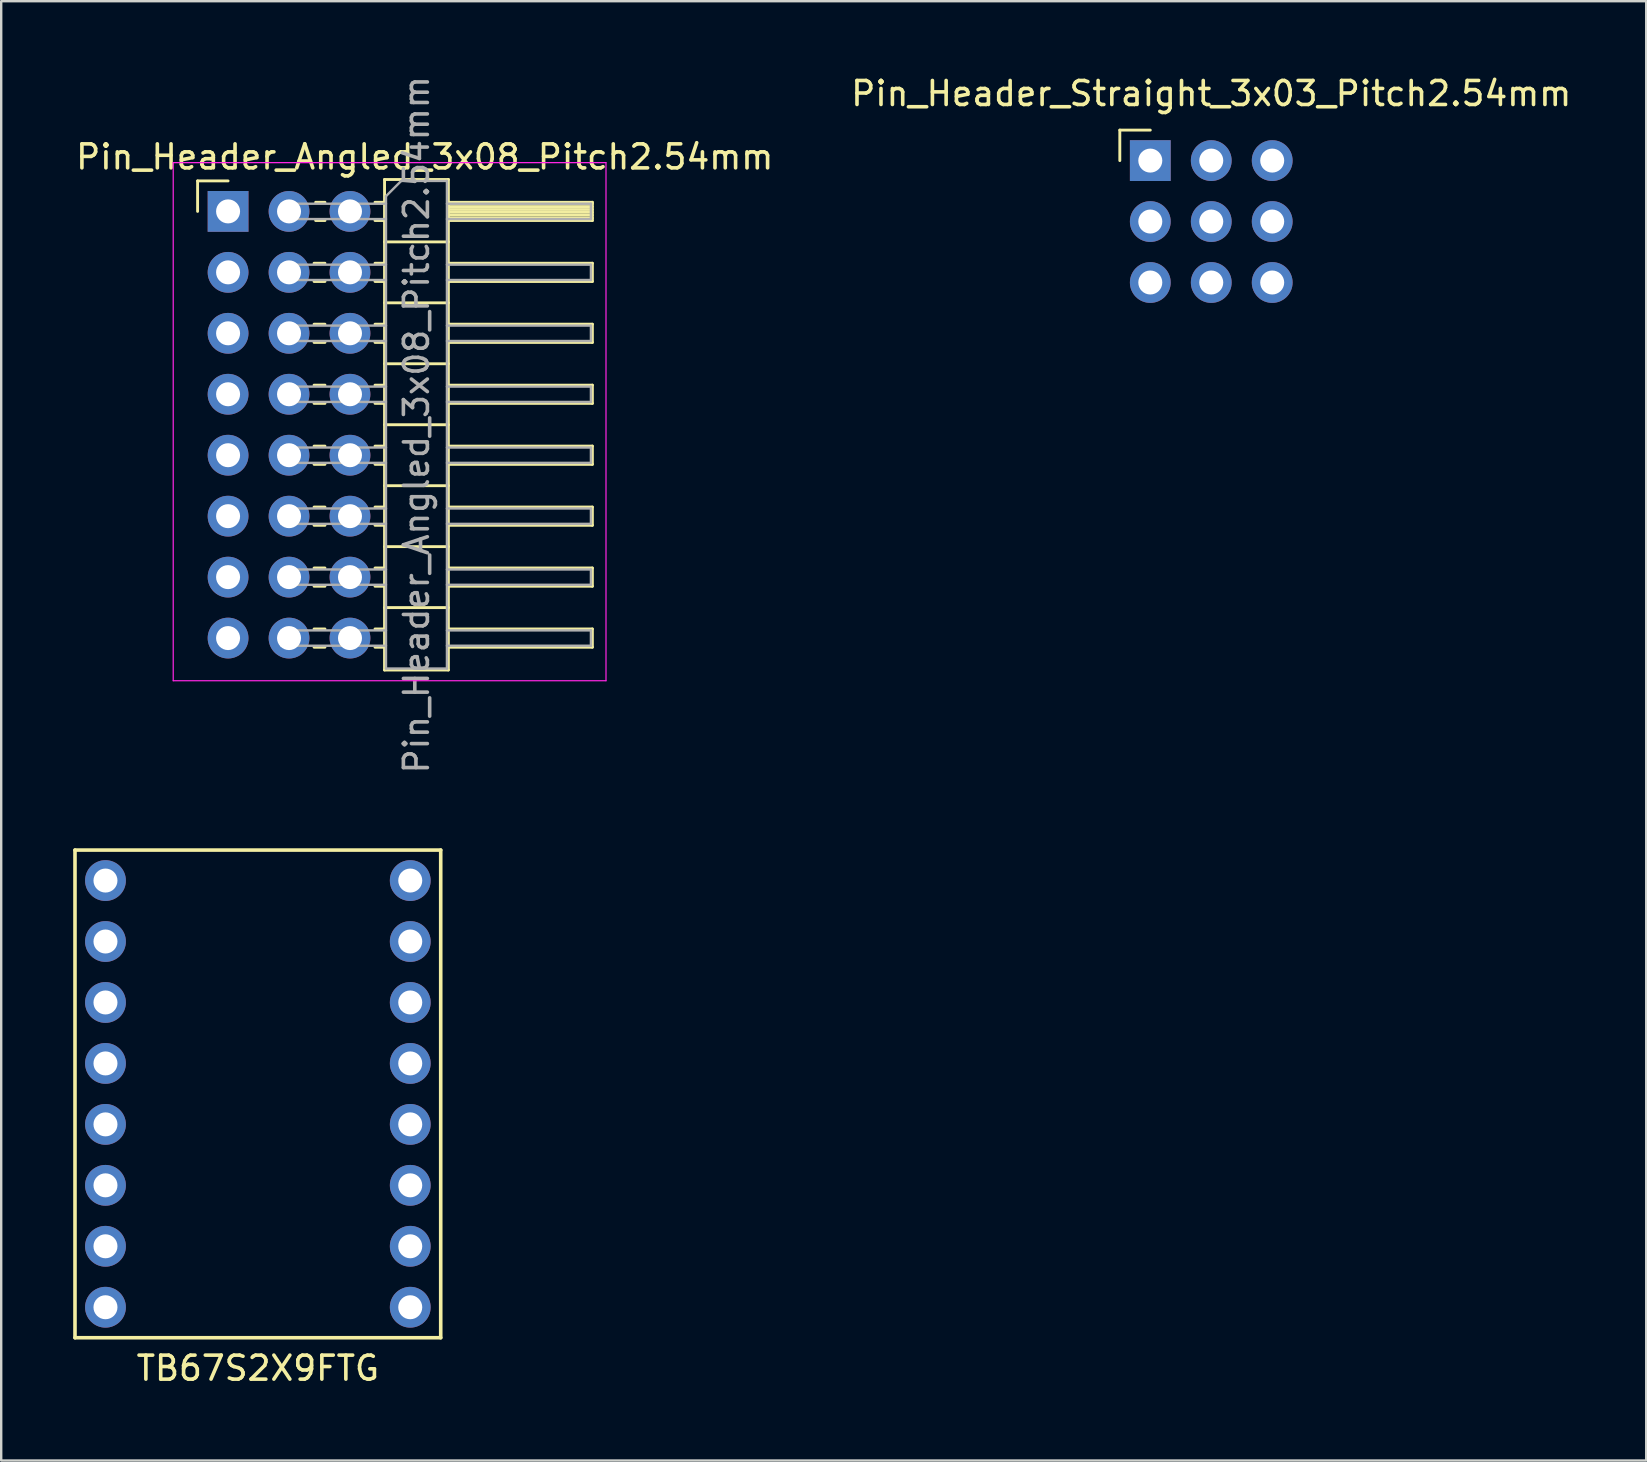
<source format=kicad_pcb>
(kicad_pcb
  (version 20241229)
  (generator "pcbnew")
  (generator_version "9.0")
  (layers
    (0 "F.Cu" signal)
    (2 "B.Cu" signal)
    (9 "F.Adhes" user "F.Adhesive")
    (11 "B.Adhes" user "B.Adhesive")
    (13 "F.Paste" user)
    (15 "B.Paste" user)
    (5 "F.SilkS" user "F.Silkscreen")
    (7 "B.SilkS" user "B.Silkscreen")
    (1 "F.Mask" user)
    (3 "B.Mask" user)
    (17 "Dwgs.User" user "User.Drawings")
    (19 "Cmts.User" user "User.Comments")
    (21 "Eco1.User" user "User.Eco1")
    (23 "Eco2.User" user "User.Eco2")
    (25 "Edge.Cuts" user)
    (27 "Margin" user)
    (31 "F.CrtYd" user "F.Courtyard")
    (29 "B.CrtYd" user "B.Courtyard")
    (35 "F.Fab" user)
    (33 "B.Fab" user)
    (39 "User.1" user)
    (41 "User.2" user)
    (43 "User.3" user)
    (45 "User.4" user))
  (footprint "Pin_Header_Angled_3x08_Pitch2.54mm"
    (layer "F.Cu")
    (at 8.994 5.759)
    (property "Reference" "Pin_Header_Angled_3x08_Pitch2.54mm" (at 5.655 -2.27 0) (layer "F.SilkS") (effects (font (size 1 1) (thickness 0.15))))
    (attr through_hole)
    (fp_line (start -3.81 -1.27) (end -2.54 -1.27) (stroke (width 0.12) (type solid)) (layer "F.SilkS"))
    (fp_line (start -3.81 0) (end -3.81 -1.27) (stroke (width 0.12) (type solid)) (layer "F.SilkS"))
    (fp_line (start 1.043 2.16) (end 1.497 2.16) (stroke (width 0.12) (type solid)) (layer "F.SilkS"))
    (fp_line (start 1.043 2.92) (end 1.497 2.92) (stroke (width 0.12) (type solid)) (layer "F.SilkS"))
    (fp_line (start 1.043 4.7) (end 1.497 4.7) (stroke (width 0.12) (type solid)) (layer "F.SilkS"))
    (fp_line (start 1.043 5.46) (end 1.497 5.46) (stroke (width 0.12) (type solid)) (layer "F.SilkS"))
    (fp_line (start 1.043 7.24) (end 1.497 7.24) (stroke (width 0.12) (type solid)) (layer "F.SilkS"))
    (fp_line (start 1.043 8) (end 1.497 8) (stroke (width 0.12) (type solid)) (layer "F.SilkS"))
    (fp_line (start 1.043 9.78) (end 1.497 9.78) (stroke (width 0.12) (type solid)) (layer "F.SilkS"))
    (fp_line (start 1.043 10.54) (end 1.497 10.54) (stroke (width 0.12) (type solid)) (layer "F.SilkS"))
    (fp_line (start 1.043 12.32) (end 1.497 12.32) (stroke (width 0.12) (type solid)) (layer "F.SilkS"))
    (fp_line (start 1.043 13.08) (end 1.497 13.08) (stroke (width 0.12) (type solid)) (layer "F.SilkS"))
    (fp_line (start 1.043 14.86) (end 1.497 14.86) (stroke (width 0.12) (type solid)) (layer "F.SilkS"))
    (fp_line (start 1.043 15.62) (end 1.497 15.62) (stroke (width 0.12) (type solid)) (layer "F.SilkS"))
    (fp_line (start 1.043 17.4) (end 1.497 17.4) (stroke (width 0.12) (type solid)) (layer "F.SilkS"))
    (fp_line (start 1.043 18.16) (end 1.497 18.16) (stroke (width 0.12) (type solid)) (layer "F.SilkS"))
    (fp_line (start 1.11 -0.38) (end 1.497 -0.38) (stroke (width 0.12) (type solid)) (layer "F.SilkS"))
    (fp_line (start 1.11 0.38) (end 1.497 0.38) (stroke (width 0.12) (type solid)) (layer "F.SilkS"))
    (fp_line (start 3.583 -0.38) (end 3.98 -0.38) (stroke (width 0.12) (type solid)) (layer "F.SilkS"))
    (fp_line (start 3.583 0.38) (end 3.98 0.38) (stroke (width 0.12) (type solid)) (layer "F.SilkS"))
    (fp_line (start 3.583 2.16) (end 3.98 2.16) (stroke (width 0.12) (type solid)) (layer "F.SilkS"))
    (fp_line (start 3.583 2.92) (end 3.98 2.92) (stroke (width 0.12) (type solid)) (layer "F.SilkS"))
    (fp_line (start 3.583 4.7) (end 3.98 4.7) (stroke (width 0.12) (type solid)) (layer "F.SilkS"))
    (fp_line (start 3.583 5.46) (end 3.98 5.46) (stroke (width 0.12) (type solid)) (layer "F.SilkS"))
    (fp_line (start 3.583 7.24) (end 3.98 7.24) (stroke (width 0.12) (type solid)) (layer "F.SilkS"))
    (fp_line (start 3.583 8) (end 3.98 8) (stroke (width 0.12) (type solid)) (layer "F.SilkS"))
    (fp_line (start 3.583 9.78) (end 3.98 9.78) (stroke (width 0.12) (type solid)) (layer "F.SilkS"))
    (fp_line (start 3.583 10.54) (end 3.98 10.54) (stroke (width 0.12) (type solid)) (layer "F.SilkS"))
    (fp_line (start 3.583 12.32) (end 3.98 12.32) (stroke (width 0.12) (type solid)) (layer "F.SilkS"))
    (fp_line (start 3.583 13.08) (end 3.98 13.08) (stroke (width 0.12) (type solid)) (layer "F.SilkS"))
    (fp_line (start 3.583 14.86) (end 3.98 14.86) (stroke (width 0.12) (type solid)) (layer "F.SilkS"))
    (fp_line (start 3.583 15.62) (end 3.98 15.62) (stroke (width 0.12) (type solid)) (layer "F.SilkS"))
    (fp_line (start 3.583 17.4) (end 3.98 17.4) (stroke (width 0.12) (type solid)) (layer "F.SilkS"))
    (fp_line (start 3.583 18.16) (end 3.98 18.16) (stroke (width 0.12) (type solid)) (layer "F.SilkS"))
    (fp_line (start 3.98 -1.33) (end 3.98 19.11) (stroke (width 0.12) (type solid)) (layer "F.SilkS"))
    (fp_line (start 3.98 1.27) (end 6.64 1.27) (stroke (width 0.12) (type solid)) (layer "F.SilkS"))
    (fp_line (start 3.98 3.81) (end 6.64 3.81) (stroke (width 0.12) (type solid)) (layer "F.SilkS"))
    (fp_line (start 3.98 6.35) (end 6.64 6.35) (stroke (width 0.12) (type solid)) (layer "F.SilkS"))
    (fp_line (start 3.98 8.89) (end 6.64 8.89) (stroke (width 0.12) (type solid)) (layer "F.SilkS"))
    (fp_line (start 3.98 11.43) (end 6.64 11.43) (stroke (width 0.12) (type solid)) (layer "F.SilkS"))
    (fp_line (start 3.98 13.97) (end 6.64 13.97) (stroke (width 0.12) (type solid)) (layer "F.SilkS"))
    (fp_line (start 3.98 16.51) (end 6.64 16.51) (stroke (width 0.12) (type solid)) (layer "F.SilkS"))
    (fp_line (start 3.98 19.11) (end 6.64 19.11) (stroke (width 0.12) (type solid)) (layer "F.SilkS"))
    (fp_line (start 6.64 -1.33) (end 3.98 -1.33) (stroke (width 0.12) (type solid)) (layer "F.SilkS"))
    (fp_line (start 6.64 -0.38) (end 12.64 -0.38) (stroke (width 0.12) (type solid)) (layer "F.SilkS"))
    (fp_line (start 6.64 -0.32) (end 12.64 -0.32) (stroke (width 0.12) (type solid)) (layer "F.SilkS"))
    (fp_line (start 6.64 -0.2) (end 12.64 -0.2) (stroke (width 0.12) (type solid)) (layer "F.SilkS"))
    (fp_line (start 6.64 -0.08) (end 12.64 -0.08) (stroke (width 0.12) (type solid)) (layer "F.SilkS"))
    (fp_line (start 6.64 0.04) (end 12.64 0.04) (stroke (width 0.12) (type solid)) (layer "F.SilkS"))
    (fp_line (start 6.64 0.16) (end 12.64 0.16) (stroke (width 0.12) (type solid)) (layer "F.SilkS"))
    (fp_line (start 6.64 0.28) (end 12.64 0.28) (stroke (width 0.12) (type solid)) (layer "F.SilkS"))
    (fp_line (start 6.64 2.16) (end 12.64 2.16) (stroke (width 0.12) (type solid)) (layer "F.SilkS"))
    (fp_line (start 6.64 4.7) (end 12.64 4.7) (stroke (width 0.12) (type solid)) (layer "F.SilkS"))
    (fp_line (start 6.64 7.24) (end 12.64 7.24) (stroke (width 0.12) (type solid)) (layer "F.SilkS"))
    (fp_line (start 6.64 9.78) (end 12.64 9.78) (stroke (width 0.12) (type solid)) (layer "F.SilkS"))
    (fp_line (start 6.64 12.32) (end 12.64 12.32) (stroke (width 0.12) (type solid)) (layer "F.SilkS"))
    (fp_line (start 6.64 14.86) (end 12.64 14.86) (stroke (width 0.12) (type solid)) (layer "F.SilkS"))
    (fp_line (start 6.64 17.4) (end 12.64 17.4) (stroke (width 0.12) (type solid)) (layer "F.SilkS"))
    (fp_line (start 6.64 19.11) (end 6.64 -1.33) (stroke (width 0.12) (type solid)) (layer "F.SilkS"))
    (fp_line (start 12.64 -0.38) (end 12.64 0.38) (stroke (width 0.12) (type solid)) (layer "F.SilkS"))
    (fp_line (start 12.64 0.38) (end 6.64 0.38) (stroke (width 0.12) (type solid)) (layer "F.SilkS"))
    (fp_line (start 12.64 2.16) (end 12.64 2.92) (stroke (width 0.12) (type solid)) (layer "F.SilkS"))
    (fp_line (start 12.64 2.92) (end 6.64 2.92) (stroke (width 0.12) (type solid)) (layer "F.SilkS"))
    (fp_line (start 12.64 4.7) (end 12.64 5.46) (stroke (width 0.12) (type solid)) (layer "F.SilkS"))
    (fp_line (start 12.64 5.46) (end 6.64 5.46) (stroke (width 0.12) (type solid)) (layer "F.SilkS"))
    (fp_line (start 12.64 7.24) (end 12.64 8) (stroke (width 0.12) (type solid)) (layer "F.SilkS"))
    (fp_line (start 12.64 8) (end 6.64 8) (stroke (width 0.12) (type solid)) (layer "F.SilkS"))
    (fp_line (start 12.64 9.78) (end 12.64 10.54) (stroke (width 0.12) (type solid)) (layer "F.SilkS"))
    (fp_line (start 12.64 10.54) (end 6.64 10.54) (stroke (width 0.12) (type solid)) (layer "F.SilkS"))
    (fp_line (start 12.64 12.32) (end 12.64 13.08) (stroke (width 0.12) (type solid)) (layer "F.SilkS"))
    (fp_line (start 12.64 13.08) (end 6.64 13.08) (stroke (width 0.12) (type solid)) (layer "F.SilkS"))
    (fp_line (start 12.64 14.86) (end 12.64 15.62) (stroke (width 0.12) (type solid)) (layer "F.SilkS"))
    (fp_line (start 12.64 15.62) (end 6.64 15.62) (stroke (width 0.12) (type solid)) (layer "F.SilkS"))
    (fp_line (start 12.64 17.4) (end 12.64 18.16) (stroke (width 0.12) (type solid)) (layer "F.SilkS"))
    (fp_line (start 12.64 18.16) (end 6.64 18.16) (stroke (width 0.12) (type solid)) (layer "F.SilkS"))
    (fp_line (start -4.826 -2.032) (end -4.826 19.558) (stroke (width 0.05) (type solid)) (layer "F.CrtYd"))
    (fp_line (start -4.826 19.558) (end 13.208 19.558) (stroke (width 0.05) (type solid)) (layer "F.CrtYd"))
    (fp_line (start 13.208 -2.032) (end -4.826 -2.032) (stroke (width 0.05) (type solid)) (layer "F.CrtYd"))
    (fp_line (start 13.208 19.558) (end 13.208 -2.032) (stroke (width 0.05) (type solid)) (layer "F.CrtYd"))
    (fp_line (start -0.32 -0.32) (end -0.32 0.32) (stroke (width 0.1) (type solid)) (layer "F.Fab"))
    (fp_line (start -0.32 -0.32) (end 4.04 -0.32) (stroke (width 0.1) (type solid)) (layer "F.Fab"))
    (fp_line (start -0.32 0.32) (end 4.04 0.32) (stroke (width 0.1) (type solid)) (layer "F.Fab"))
    (fp_line (start -0.32 2.22) (end -0.32 2.86) (stroke (width 0.1) (type solid)) (layer "F.Fab"))
    (fp_line (start -0.32 2.22) (end 4.04 2.22) (stroke (width 0.1) (type solid)) (layer "F.Fab"))
    (fp_line (start -0.32 2.86) (end 4.04 2.86) (stroke (width 0.1) (type solid)) (layer "F.Fab"))
    (fp_line (start -0.32 4.76) (end -0.32 5.4) (stroke (width 0.1) (type solid)) (layer "F.Fab"))
    (fp_line (start -0.32 4.76) (end 4.04 4.76) (stroke (width 0.1) (type solid)) (layer "F.Fab"))
    (fp_line (start -0.32 5.4) (end 4.04 5.4) (stroke (width 0.1) (type solid)) (layer "F.Fab"))
    (fp_line (start -0.32 7.3) (end -0.32 7.94) (stroke (width 0.1) (type solid)) (layer "F.Fab"))
    (fp_line (start -0.32 7.3) (end 4.04 7.3) (stroke (width 0.1) (type solid)) (layer "F.Fab"))
    (fp_line (start -0.32 7.94) (end 4.04 7.94) (stroke (width 0.1) (type solid)) (layer "F.Fab"))
    (fp_line (start -0.32 9.84) (end -0.32 10.48) (stroke (width 0.1) (type solid)) (layer "F.Fab"))
    (fp_line (start -0.32 9.84) (end 4.04 9.84) (stroke (width 0.1) (type solid)) (layer "F.Fab"))
    (fp_line (start -0.32 10.48) (end 4.04 10.48) (stroke (width 0.1) (type solid)) (layer "F.Fab"))
    (fp_line (start -0.32 12.38) (end -0.32 13.02) (stroke (width 0.1) (type solid)) (layer "F.Fab"))
    (fp_line (start -0.32 12.38) (end 4.04 12.38) (stroke (width 0.1) (type solid)) (layer "F.Fab"))
    (fp_line (start -0.32 13.02) (end 4.04 13.02) (stroke (width 0.1) (type solid)) (layer "F.Fab"))
    (fp_line (start -0.32 14.92) (end -0.32 15.56) (stroke (width 0.1) (type solid)) (layer "F.Fab"))
    (fp_line (start -0.32 14.92) (end 4.04 14.92) (stroke (width 0.1) (type solid)) (layer "F.Fab"))
    (fp_line (start -0.32 15.56) (end 4.04 15.56) (stroke (width 0.1) (type solid)) (layer "F.Fab"))
    (fp_line (start -0.32 17.46) (end -0.32 18.1) (stroke (width 0.1) (type solid)) (layer "F.Fab"))
    (fp_line (start -0.32 17.46) (end 4.04 17.46) (stroke (width 0.1) (type solid)) (layer "F.Fab"))
    (fp_line (start -0.32 18.1) (end 4.04 18.1) (stroke (width 0.1) (type solid)) (layer "F.Fab"))
    (fp_line (start 4.04 -0.635) (end 4.675 -1.27) (stroke (width 0.1) (type solid)) (layer "F.Fab"))
    (fp_line (start 4.04 19.05) (end 4.04 -0.635) (stroke (width 0.1) (type solid)) (layer "F.Fab"))
    (fp_line (start 4.675 -1.27) (end 6.58 -1.27) (stroke (width 0.1) (type solid)) (layer "F.Fab"))
    (fp_line (start 6.58 -1.27) (end 6.58 19.05) (stroke (width 0.1) (type solid)) (layer "F.Fab"))
    (fp_line (start 6.58 -0.32) (end 12.58 -0.32) (stroke (width 0.1) (type solid)) (layer "F.Fab"))
    (fp_line (start 6.58 0.32) (end 12.58 0.32) (stroke (width 0.1) (type solid)) (layer "F.Fab"))
    (fp_line (start 6.58 2.22) (end 12.58 2.22) (stroke (width 0.1) (type solid)) (layer "F.Fab"))
    (fp_line (start 6.58 2.86) (end 12.58 2.86) (stroke (width 0.1) (type solid)) (layer "F.Fab"))
    (fp_line (start 6.58 4.76) (end 12.58 4.76) (stroke (width 0.1) (type solid)) (layer "F.Fab"))
    (fp_line (start 6.58 5.4) (end 12.58 5.4) (stroke (width 0.1) (type solid)) (layer "F.Fab"))
    (fp_line (start 6.58 7.3) (end 12.58 7.3) (stroke (width 0.1) (type solid)) (layer "F.Fab"))
    (fp_line (start 6.58 7.94) (end 12.58 7.94) (stroke (width 0.1) (type solid)) (layer "F.Fab"))
    (fp_line (start 6.58 9.84) (end 12.58 9.84) (stroke (width 0.1) (type solid)) (layer "F.Fab"))
    (fp_line (start 6.58 10.48) (end 12.58 10.48) (stroke (width 0.1) (type solid)) (layer "F.Fab"))
    (fp_line (start 6.58 12.38) (end 12.58 12.38) (stroke (width 0.1) (type solid)) (layer "F.Fab"))
    (fp_line (start 6.58 13.02) (end 12.58 13.02) (stroke (width 0.1) (type solid)) (layer "F.Fab"))
    (fp_line (start 6.58 14.92) (end 12.58 14.92) (stroke (width 0.1) (type solid)) (layer "F.Fab"))
    (fp_line (start 6.58 15.56) (end 12.58 15.56) (stroke (width 0.1) (type solid)) (layer "F.Fab"))
    (fp_line (start 6.58 17.46) (end 12.58 17.46) (stroke (width 0.1) (type solid)) (layer "F.Fab"))
    (fp_line (start 6.58 18.1) (end 12.58 18.1) (stroke (width 0.1) (type solid)) (layer "F.Fab"))
    (fp_line (start 6.58 19.05) (end 4.04 19.05) (stroke (width 0.1) (type solid)) (layer "F.Fab"))
    (fp_line (start 12.58 -0.32) (end 12.58 0.32) (stroke (width 0.1) (type solid)) (layer "F.Fab"))
    (fp_line (start 12.58 2.22) (end 12.58 2.86) (stroke (width 0.1) (type solid)) (layer "F.Fab"))
    (fp_line (start 12.58 4.76) (end 12.58 5.4) (stroke (width 0.1) (type solid)) (layer "F.Fab"))
    (fp_line (start 12.58 7.3) (end 12.58 7.94) (stroke (width 0.1) (type solid)) (layer "F.Fab"))
    (fp_line (start 12.58 9.84) (end 12.58 10.48) (stroke (width 0.1) (type solid)) (layer "F.Fab"))
    (fp_line (start 12.58 12.38) (end 12.58 13.02) (stroke (width 0.1) (type solid)) (layer "F.Fab"))
    (fp_line (start 12.58 14.92) (end 12.58 15.56) (stroke (width 0.1) (type solid)) (layer "F.Fab"))
    (fp_line (start 12.58 17.46) (end 12.58 18.1) (stroke (width 0.1) (type solid)) (layer "F.Fab"))
    (fp_text user "${REFERENCE}" (at 5.31 8.89 90) (layer "F.Fab") (effects (font (size 1 1) (thickness 0.15))))
    (pad "1" thru_hole rect (at -2.54 0) (size 1.7 1.7) (drill 1) (layers "*.Cu" "*.Mask"))
    (pad "2" thru_hole oval (at -2.54 2.54) (size 1.7 1.7) (drill 1) (layers "*.Cu" "*.Mask"))
    (pad "3" thru_hole oval (at -2.54 5.08) (size 1.7 1.7) (drill 1) (layers "*.Cu" "*.Mask"))
    (pad "4" thru_hole oval (at -2.54 7.62) (size 1.7 1.7) (drill 1) (layers "*.Cu" "*.Mask"))
    (pad "5" thru_hole oval (at -2.54 10.16) (size 1.7 1.7) (drill 1) (layers "*.Cu" "*.Mask"))
    (pad "6" thru_hole oval (at -2.54 12.7) (size 1.7 1.7) (drill 1) (layers "*.Cu" "*.Mask"))
    (pad "7" thru_hole oval (at -2.54 15.24) (size 1.7 1.7) (drill 1) (layers "*.Cu" "*.Mask"))
    (pad "8" thru_hole oval (at -2.54 17.78) (size 1.7 1.7) (drill 1) (layers "*.Cu" "*.Mask"))
    (pad "9" thru_hole oval (at 0 0) (size 1.7 1.7) (drill 1) (layers "*.Cu" "*.Mask"))
    (pad "10" thru_hole oval (at 0 2.54) (size 1.7 1.7) (drill 1) (layers "*.Cu" "*.Mask"))
    (pad "11" thru_hole oval (at 0 5.08) (size 1.7 1.7) (drill 1) (layers "*.Cu" "*.Mask"))
    (pad "12" thru_hole oval (at 0 7.62) (size 1.7 1.7) (drill 1) (layers "*.Cu" "*.Mask"))
    (pad "13" thru_hole oval (at 0 10.16) (size 1.7 1.7) (drill 1) (layers "*.Cu" "*.Mask"))
    (pad "14" thru_hole oval (at 0 12.7) (size 1.7 1.7) (drill 1) (layers "*.Cu" "*.Mask"))
    (pad "15" thru_hole oval (at 0 15.24) (size 1.7 1.7) (drill 1) (layers "*.Cu" "*.Mask"))
    (pad "16" thru_hole oval (at 0 17.78) (size 1.7 1.7) (drill 1) (layers "*.Cu" "*.Mask"))
    (pad "17" thru_hole oval (at 2.54 0) (size 1.7 1.7) (drill 1) (layers "*.Cu" "*.Mask"))
    (pad "18" thru_hole oval (at 2.54 2.54) (size 1.7 1.7) (drill 1) (layers "*.Cu" "*.Mask"))
    (pad "19" thru_hole oval (at 2.54 5.08) (size 1.7 1.7) (drill 1) (layers "*.Cu" "*.Mask"))
    (pad "20" thru_hole oval (at 2.54 7.62) (size 1.7 1.7) (drill 1) (layers "*.Cu" "*.Mask"))
    (pad "21" thru_hole oval (at 2.54 10.16) (size 1.7 1.7) (drill 1) (layers "*.Cu" "*.Mask"))
    (pad "22" thru_hole oval (at 2.54 12.7) (size 1.7 1.7) (drill 1) (layers "*.Cu" "*.Mask"))
    (pad "23" thru_hole oval (at 2.54 15.24) (size 1.7 1.7) (drill 1) (layers "*.Cu" "*.Mask"))
    (pad "24" thru_hole oval (at 2.54 17.78) (size 1.7 1.7) (drill 1) (layers "*.Cu" "*.Mask")))
  (footprint "Pin_Header_Straight_3x03_Pitch2.54mm"
    (layer "F.Cu")
    (at 47.423 3.642)
    (property "Reference" "Pin_Header_Straight_3x03_Pitch2.54mm" (at 0 -2.794 0) (layer "F.SilkS") (effects (font (size 1 1) (thickness 0.15))))
    (attr through_hole)
    (fp_line (start -3.81 -1.27) (end -2.54 -1.27) (stroke (width 0.12) (type solid)) (layer "F.SilkS"))
    (fp_line (start -3.81 0) (end -3.81 -1.27) (stroke (width 0.12) (type solid)) (layer "F.SilkS"))
    (pad "1" thru_hole rect (at -2.54 0) (size 1.7 1.7) (drill 1) (layers "*.Cu" "*.Mask"))
    (pad "2" thru_hole oval (at -2.54 2.54) (size 1.7 1.7) (drill 1) (layers "*.Cu" "*.Mask"))
    (pad "3" thru_hole oval (at -2.54 5.08) (size 1.7 1.7) (drill 1) (layers "*.Cu" "*.Mask"))
    (pad "4" thru_hole oval (at 0 0) (size 1.7 1.7) (drill 1) (layers "*.Cu" "*.Mask"))
    (pad "5" thru_hole oval (at 0 2.54) (size 1.7 1.7) (drill 1) (layers "*.Cu" "*.Mask"))
    (pad "6" thru_hole oval (at 0 5.08) (size 1.7 1.7) (drill 1) (layers "*.Cu" "*.Mask"))
    (pad "7" thru_hole oval (at 2.54 0) (size 1.7 1.7) (drill 1) (layers "*.Cu" "*.Mask"))
    (pad "8" thru_hole oval (at 2.54 2.54) (size 1.7 1.7) (drill 1) (layers "*.Cu" "*.Mask"))
    (pad "9" thru_hole oval (at 2.54 5.08) (size 1.7 1.7) (drill 1) (layers "*.Cu" "*.Mask")))
  (footprint "TB67S2X9FTG"
    (layer "F.Cu")
    (at 7.695 42.533)
    (property "Reference" "TB67S2X9FTG" (at 0 11.43 0) (layer "F.SilkS") (effects (font (size 1 1) (thickness 0.15))))
    (attr through_hole)
    (fp_line (start -7.62 -10.16) (end 7.62 -10.16) (stroke (width 0.15) (type solid)) (layer "F.SilkS"))
    (fp_line (start -7.62 10.16) (end -7.62 -10.16) (stroke (width 0.15) (type solid)) (layer "F.SilkS"))
    (fp_line (start 7.62 -10.16) (end 7.62 10.16) (stroke (width 0.15) (type solid)) (layer "F.SilkS"))
    (fp_line (start 7.62 10.16) (end -7.62 10.16) (stroke (width 0.15) (type solid)) (layer "F.SilkS"))
    (pad "1" thru_hole oval (at -6.35 -8.89) (size 1.7 1.7) (drill 1) (layers "*.Cu" "*.Mask"))
    (pad "2" thru_hole oval (at -6.35 -6.35) (size 1.7 1.7) (drill 1) (layers "*.Cu" "*.Mask"))
    (pad "3" thru_hole oval (at -6.35 -3.81) (size 1.7 1.7) (drill 1) (layers "*.Cu" "*.Mask"))
    (pad "4" thru_hole oval (at -6.35 -1.27) (size 1.7 1.7) (drill 1) (layers "*.Cu" "*.Mask"))
    (pad "5" thru_hole oval (at -6.35 1.27) (size 1.7 1.7) (drill 1) (layers "*.Cu" "*.Mask"))
    (pad "6" thru_hole oval (at -6.35 3.81) (size 1.7 1.7) (drill 1) (layers "*.Cu" "*.Mask"))
    (pad "7" thru_hole oval (at -6.35 6.35) (size 1.7 1.7) (drill 1) (layers "*.Cu" "*.Mask"))
    (pad "8" thru_hole oval (at -6.35 8.89) (size 1.7 1.7) (drill 1) (layers "*.Cu" "*.Mask"))
    (pad "9" thru_hole oval (at 6.35 -8.89) (size 1.7 1.7) (drill 1) (layers "*.Cu" "*.Mask"))
    (pad "10" thru_hole oval (at 6.35 -6.35) (size 1.7 1.7) (drill 1) (layers "*.Cu" "*.Mask"))
    (pad "11" thru_hole oval (at 6.35 -3.81) (size 1.7 1.7) (drill 1) (layers "*.Cu" "*.Mask"))
    (pad "12" thru_hole oval (at 6.35 -1.27) (size 1.7 1.7) (drill 1) (layers "*.Cu" "*.Mask"))
    (pad "13" thru_hole oval (at 6.35 1.27) (size 1.7 1.7) (drill 1) (layers "*.Cu" "*.Mask"))
    (pad "14" thru_hole oval (at 6.35 3.81) (size 1.7 1.7) (drill 1) (layers "*.Cu" "*.Mask"))
    (pad "15" thru_hole oval (at 6.35 6.35) (size 1.7 1.7) (drill 1) (layers "*.Cu" "*.Mask"))
    (pad "16" thru_hole oval (at 6.35 8.89) (size 1.7 1.7) (drill 1) (layers "*.Cu" "*.Mask")))
  (gr_rect
    (start -3 -3)
    (end 65.548 57.811)
    (stroke (width 0.1) (type default))
    (fill no)
    (layer "Edge.Cuts")))
</source>
